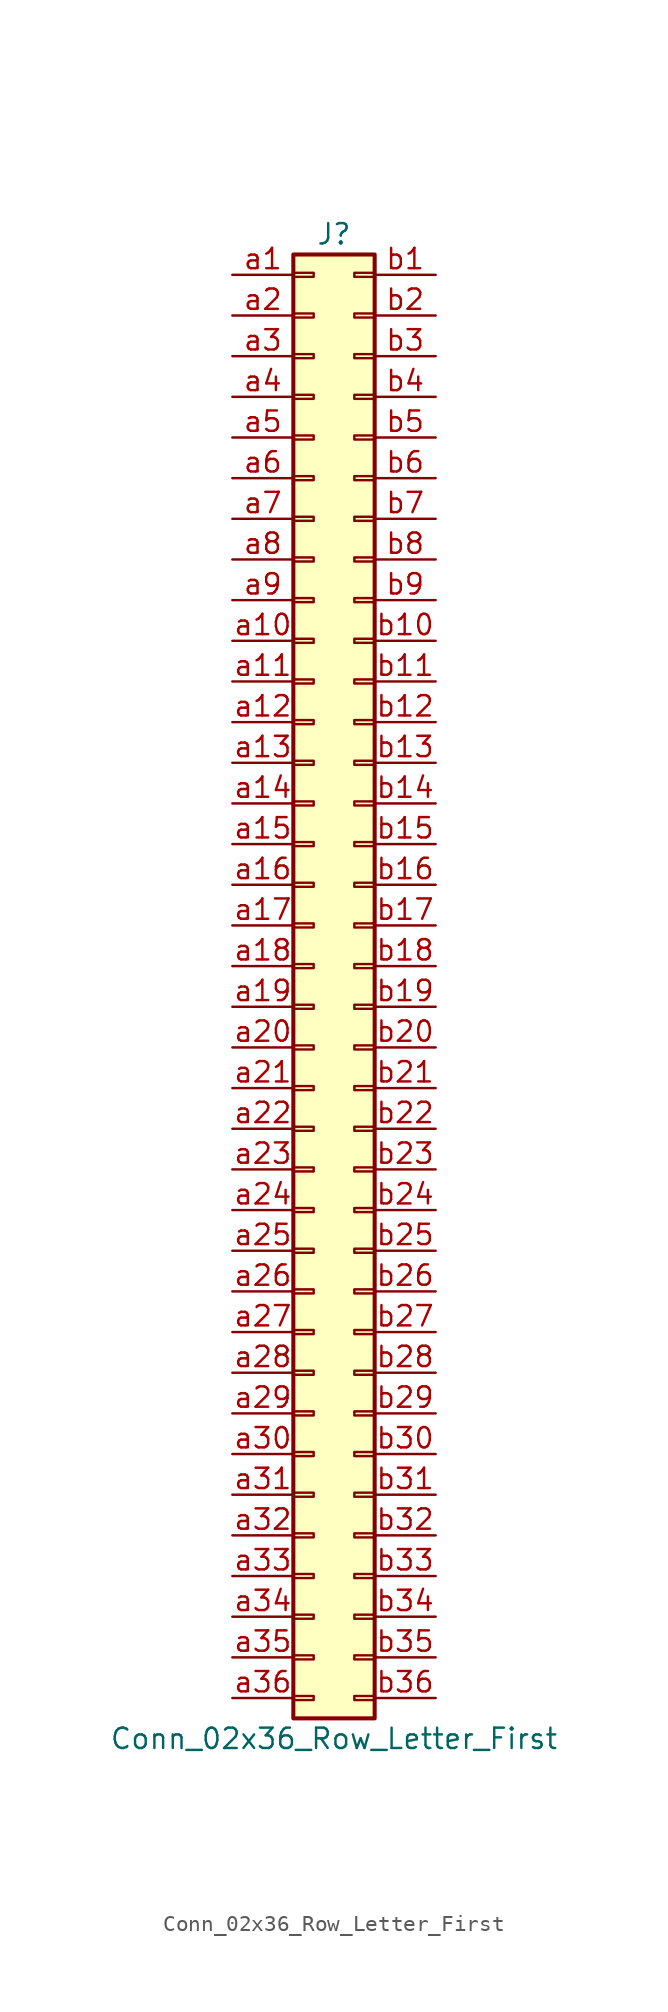
<source format=kicad_sym>
(kicad_symbol_lib
  (version 20220914)
  (generator kicad_symbol_editor)
  (symbol "Conn_02x36_Row_Letter_First"
    (pin_names
      (offset 1.016) hide)
    (property "Reference" "J"
      (at 1.27 45.72 0)
      (effects (font (size 1.27 1.27))))
    (property "Value" "Conn_02x36_Row_Letter_First"
      (at 1.27 -48.26 0)
      (effects (font (size 1.27 1.27))))
    (symbol "Conn_02x36_Row_Letter_First_1_1"
      (rectangle (start -1.27 -45.593) (end 0 -45.847) (stroke (width 0.152) (type solid)) (fill (type none)))
      (rectangle (start -1.27 -43.053) (end 0 -43.307) (stroke (width 0.152) (type solid)) (fill (type none)))
      (rectangle (start -1.27 -40.513) (end 0 -40.767) (stroke (width 0.152) (type solid)) (fill (type none)))
      (rectangle (start -1.27 -37.973) (end 0 -38.227) (stroke (width 0.152) (type solid)) (fill (type none)))
      (rectangle (start -1.27 -35.433) (end 0 -35.687) (stroke (width 0.152) (type solid)) (fill (type none)))
      (rectangle (start -1.27 -32.893) (end 0 -33.147) (stroke (width 0.152) (type solid)) (fill (type none)))
      (rectangle (start -1.27 -30.353) (end 0 -30.607) (stroke (width 0.152) (type solid)) (fill (type none)))
      (rectangle (start -1.27 -27.813) (end 0 -28.067) (stroke (width 0.152) (type solid)) (fill (type none)))
      (rectangle (start -1.27 -25.273) (end 0 -25.527) (stroke (width 0.152) (type solid)) (fill (type none)))
      (rectangle (start -1.27 -22.733) (end 0 -22.987) (stroke (width 0.152) (type solid)) (fill (type none)))
      (rectangle (start -1.27 -20.193) (end 0 -20.447) (stroke (width 0.152) (type solid)) (fill (type none)))
      (rectangle (start -1.27 -17.653) (end 0 -17.907) (stroke (width 0.152) (type solid)) (fill (type none)))
      (rectangle (start -1.27 -15.113) (end 0 -15.367) (stroke (width 0.152) (type solid)) (fill (type none)))
      (rectangle (start -1.27 -12.573) (end 0 -12.827) (stroke (width 0.152) (type solid)) (fill (type none)))
      (rectangle (start -1.27 -10.033) (end 0 -10.287) (stroke (width 0.152) (type solid)) (fill (type none)))
      (rectangle (start -1.27 -7.493) (end 0 -7.747) (stroke (width 0.152) (type solid)) (fill (type none)))
      (rectangle (start -1.27 -4.953) (end 0 -5.207) (stroke (width 0.152) (type solid)) (fill (type none)))
      (rectangle (start -1.27 -2.413) (end 0 -2.667) (stroke (width 0.152) (type solid)) (fill (type none)))
      (rectangle (start -1.27 0.127) (end 0 -0.127) (stroke (width 0.152) (type solid)) (fill (type none)))
      (rectangle (start -1.27 2.667) (end 0 2.413) (stroke (width 0.152) (type solid)) (fill (type none)))
      (rectangle (start -1.27 5.207) (end 0 4.953) (stroke (width 0.152) (type solid)) (fill (type none)))
      (rectangle (start -1.27 7.747) (end 0 7.493) (stroke (width 0.152) (type solid)) (fill (type none)))
      (rectangle (start -1.27 10.287) (end 0 10.033) (stroke (width 0.152) (type solid)) (fill (type none)))
      (rectangle (start -1.27 12.827) (end 0 12.573) (stroke (width 0.152) (type solid)) (fill (type none)))
      (rectangle (start -1.27 15.367) (end 0 15.113) (stroke (width 0.152) (type solid)) (fill (type none)))
      (rectangle (start -1.27 17.907) (end 0 17.653) (stroke (width 0.152) (type solid)) (fill (type none)))
      (rectangle (start -1.27 20.447) (end 0 20.193) (stroke (width 0.152) (type solid)) (fill (type none)))
      (rectangle (start -1.27 22.987) (end 0 22.733) (stroke (width 0.152) (type solid)) (fill (type none)))
      (rectangle (start -1.27 25.527) (end 0 25.273) (stroke (width 0.152) (type solid)) (fill (type none)))
      (rectangle (start -1.27 28.067) (end 0 27.813) (stroke (width 0.152) (type solid)) (fill (type none)))
      (rectangle (start -1.27 30.607) (end 0 30.353) (stroke (width 0.152) (type solid)) (fill (type none)))
      (rectangle (start -1.27 33.147) (end 0 32.893) (stroke (width 0.152) (type solid)) (fill (type none)))
      (rectangle (start -1.27 35.687) (end 0 35.433) (stroke (width 0.152) (type solid)) (fill (type none)))
      (rectangle (start -1.27 38.227) (end 0 37.973) (stroke (width 0.152) (type solid)) (fill (type none)))
      (rectangle (start -1.27 40.767) (end 0 40.513) (stroke (width 0.152) (type solid)) (fill (type none)))
      (rectangle (start -1.27 43.307) (end 0 43.053) (stroke (width 0.152) (type solid)) (fill (type none)))
      (rectangle (start -1.27 44.45) (end 3.81 -46.99) (stroke (width 0.254) (type solid)) (fill (type background)))
      (rectangle (start 3.81 -45.593) (end 2.54 -45.847) (stroke (width 0.152) (type solid)) (fill (type none)))
      (rectangle (start 3.81 -43.053) (end 2.54 -43.307) (stroke (width 0.152) (type solid)) (fill (type none)))
      (rectangle (start 3.81 -40.513) (end 2.54 -40.767) (stroke (width 0.152) (type solid)) (fill (type none)))
      (rectangle (start 3.81 -37.973) (end 2.54 -38.227) (stroke (width 0.152) (type solid)) (fill (type none)))
      (rectangle (start 3.81 -35.433) (end 2.54 -35.687) (stroke (width 0.152) (type solid)) (fill (type none)))
      (rectangle (start 3.81 -32.893) (end 2.54 -33.147) (stroke (width 0.152) (type solid)) (fill (type none)))
      (rectangle (start 3.81 -30.353) (end 2.54 -30.607) (stroke (width 0.152) (type solid)) (fill (type none)))
      (rectangle (start 3.81 -27.813) (end 2.54 -28.067) (stroke (width 0.152) (type solid)) (fill (type none)))
      (rectangle (start 3.81 -25.273) (end 2.54 -25.527) (stroke (width 0.152) (type solid)) (fill (type none)))
      (rectangle (start 3.81 -22.733) (end 2.54 -22.987) (stroke (width 0.152) (type solid)) (fill (type none)))
      (rectangle (start 3.81 -20.193) (end 2.54 -20.447) (stroke (width 0.152) (type solid)) (fill (type none)))
      (rectangle (start 3.81 -17.653) (end 2.54 -17.907) (stroke (width 0.152) (type solid)) (fill (type none)))
      (rectangle (start 3.81 -15.113) (end 2.54 -15.367) (stroke (width 0.152) (type solid)) (fill (type none)))
      (rectangle (start 3.81 -12.573) (end 2.54 -12.827) (stroke (width 0.152) (type solid)) (fill (type none)))
      (rectangle (start 3.81 -10.033) (end 2.54 -10.287) (stroke (width 0.152) (type solid)) (fill (type none)))
      (rectangle (start 3.81 -7.493) (end 2.54 -7.747) (stroke (width 0.152) (type solid)) (fill (type none)))
      (rectangle (start 3.81 -4.953) (end 2.54 -5.207) (stroke (width 0.152) (type solid)) (fill (type none)))
      (rectangle (start 3.81 -2.413) (end 2.54 -2.667) (stroke (width 0.152) (type solid)) (fill (type none)))
      (rectangle (start 3.81 0.127) (end 2.54 -0.127) (stroke (width 0.152) (type solid)) (fill (type none)))
      (rectangle (start 3.81 2.667) (end 2.54 2.413) (stroke (width 0.152) (type solid)) (fill (type none)))
      (rectangle (start 3.81 5.207) (end 2.54 4.953) (stroke (width 0.152) (type solid)) (fill (type none)))
      (rectangle (start 3.81 7.747) (end 2.54 7.493) (stroke (width 0.152) (type solid)) (fill (type none)))
      (rectangle (start 3.81 10.287) (end 2.54 10.033) (stroke (width 0.152) (type solid)) (fill (type none)))
      (rectangle (start 3.81 12.827) (end 2.54 12.573) (stroke (width 0.152) (type solid)) (fill (type none)))
      (rectangle (start 3.81 15.367) (end 2.54 15.113) (stroke (width 0.152) (type solid)) (fill (type none)))
      (rectangle (start 3.81 17.907) (end 2.54 17.653) (stroke (width 0.152) (type solid)) (fill (type none)))
      (rectangle (start 3.81 20.447) (end 2.54 20.193) (stroke (width 0.152) (type solid)) (fill (type none)))
      (rectangle (start 3.81 22.987) (end 2.54 22.733) (stroke (width 0.152) (type solid)) (fill (type none)))
      (rectangle (start 3.81 25.527) (end 2.54 25.273) (stroke (width 0.152) (type solid)) (fill (type none)))
      (rectangle (start 3.81 28.067) (end 2.54 27.813) (stroke (width 0.152) (type solid)) (fill (type none)))
      (rectangle (start 3.81 30.607) (end 2.54 30.353) (stroke (width 0.152) (type solid)) (fill (type none)))
      (rectangle (start 3.81 33.147) (end 2.54 32.893) (stroke (width 0.152) (type solid)) (fill (type none)))
      (rectangle (start 3.81 35.687) (end 2.54 35.433) (stroke (width 0.152) (type solid)) (fill (type none)))
      (rectangle (start 3.81 38.227) (end 2.54 37.973) (stroke (width 0.152) (type solid)) (fill (type none)))
      (rectangle (start 3.81 40.767) (end 2.54 40.513) (stroke (width 0.152) (type solid)) (fill (type none)))
      (rectangle (start 3.81 43.307) (end 2.54 43.053) (stroke (width 0.152) (type solid)) (fill (type none)))
      (pin passive line (at -5.08 43.18 0) (length 3.81) (name "Pin_a1" (effects (font (size 1.27 1.27)))) (number "a1" (effects (font (size 1.27 1.27)))))
      (pin passive line (at -5.08 20.32 0) (length 3.81) (name "Pin_a10" (effects (font (size 1.27 1.27)))) (number "a10" (effects (font (size 1.27 1.27)))))
      (pin passive line (at -5.08 17.78 0) (length 3.81) (name "Pin_a11" (effects (font (size 1.27 1.27)))) (number "a11" (effects (font (size 1.27 1.27)))))
      (pin passive line (at -5.08 15.24 0) (length 3.81) (name "Pin_a12" (effects (font (size 1.27 1.27)))) (number "a12" (effects (font (size 1.27 1.27)))))
      (pin passive line (at -5.08 12.7 0) (length 3.81) (name "Pin_a13" (effects (font (size 1.27 1.27)))) (number "a13" (effects (font (size 1.27 1.27)))))
      (pin passive line (at -5.08 10.16 0) (length 3.81) (name "Pin_a14" (effects (font (size 1.27 1.27)))) (number "a14" (effects (font (size 1.27 1.27)))))
      (pin passive line (at -5.08 7.62 0) (length 3.81) (name "Pin_a15" (effects (font (size 1.27 1.27)))) (number "a15" (effects (font (size 1.27 1.27)))))
      (pin passive line (at -5.08 5.08 0) (length 3.81) (name "Pin_a16" (effects (font (size 1.27 1.27)))) (number "a16" (effects (font (size 1.27 1.27)))))
      (pin passive line (at -5.08 2.54 0) (length 3.81) (name "Pin_a17" (effects (font (size 1.27 1.27)))) (number "a17" (effects (font (size 1.27 1.27)))))
      (pin passive line (at -5.08 0 0) (length 3.81) (name "Pin_a18" (effects (font (size 1.27 1.27)))) (number "a18" (effects (font (size 1.27 1.27)))))
      (pin passive line (at -5.08 -2.54 0) (length 3.81) (name "Pin_a19" (effects (font (size 1.27 1.27)))) (number "a19" (effects (font (size 1.27 1.27)))))
      (pin passive line (at -5.08 40.64 0) (length 3.81) (name "Pin_a2" (effects (font (size 1.27 1.27)))) (number "a2" (effects (font (size 1.27 1.27)))))
      (pin passive line (at -5.08 -5.08 0) (length 3.81) (name "Pin_a20" (effects (font (size 1.27 1.27)))) (number "a20" (effects (font (size 1.27 1.27)))))
      (pin passive line (at -5.08 -7.62 0) (length 3.81) (name "Pin_a21" (effects (font (size 1.27 1.27)))) (number "a21" (effects (font (size 1.27 1.27)))))
      (pin passive line (at -5.08 -10.16 0) (length 3.81) (name "Pin_a22" (effects (font (size 1.27 1.27)))) (number "a22" (effects (font (size 1.27 1.27)))))
      (pin passive line (at -5.08 -12.7 0) (length 3.81) (name "Pin_a23" (effects (font (size 1.27 1.27)))) (number "a23" (effects (font (size 1.27 1.27)))))
      (pin passive line (at -5.08 -15.24 0) (length 3.81) (name "Pin_a24" (effects (font (size 1.27 1.27)))) (number "a24" (effects (font (size 1.27 1.27)))))
      (pin passive line (at -5.08 -17.78 0) (length 3.81) (name "Pin_a25" (effects (font (size 1.27 1.27)))) (number "a25" (effects (font (size 1.27 1.27)))))
      (pin passive line (at -5.08 -20.32 0) (length 3.81) (name "Pin_a26" (effects (font (size 1.27 1.27)))) (number "a26" (effects (font (size 1.27 1.27)))))
      (pin passive line (at -5.08 -22.86 0) (length 3.81) (name "Pin_a27" (effects (font (size 1.27 1.27)))) (number "a27" (effects (font (size 1.27 1.27)))))
      (pin passive line (at -5.08 -25.4 0) (length 3.81) (name "Pin_a28" (effects (font (size 1.27 1.27)))) (number "a28" (effects (font (size 1.27 1.27)))))
      (pin passive line (at -5.08 -27.94 0) (length 3.81) (name "Pin_a29" (effects (font (size 1.27 1.27)))) (number "a29" (effects (font (size 1.27 1.27)))))
      (pin passive line (at -5.08 38.1 0) (length 3.81) (name "Pin_a3" (effects (font (size 1.27 1.27)))) (number "a3" (effects (font (size 1.27 1.27)))))
      (pin passive line (at -5.08 -30.48 0) (length 3.81) (name "Pin_a30" (effects (font (size 1.27 1.27)))) (number "a30" (effects (font (size 1.27 1.27)))))
      (pin passive line (at -5.08 -33.02 0) (length 3.81) (name "Pin_a31" (effects (font (size 1.27 1.27)))) (number "a31" (effects (font (size 1.27 1.27)))))
      (pin passive line (at -5.08 -35.56 0) (length 3.81) (name "Pin_a32" (effects (font (size 1.27 1.27)))) (number "a32" (effects (font (size 1.27 1.27)))))
      (pin passive line (at -5.08 -38.1 0) (length 3.81) (name "Pin_a33" (effects (font (size 1.27 1.27)))) (number "a33" (effects (font (size 1.27 1.27)))))
      (pin passive line (at -5.08 -40.64 0) (length 3.81) (name "Pin_a34" (effects (font (size 1.27 1.27)))) (number "a34" (effects (font (size 1.27 1.27)))))
      (pin passive line (at -5.08 -43.18 0) (length 3.81) (name "Pin_a35" (effects (font (size 1.27 1.27)))) (number "a35" (effects (font (size 1.27 1.27)))))
      (pin passive line (at -5.08 -45.72 0) (length 3.81) (name "Pin_a36" (effects (font (size 1.27 1.27)))) (number "a36" (effects (font (size 1.27 1.27)))))
      (pin passive line (at -5.08 35.56 0) (length 3.81) (name "Pin_a4" (effects (font (size 1.27 1.27)))) (number "a4" (effects (font (size 1.27 1.27)))))
      (pin passive line (at -5.08 33.02 0) (length 3.81) (name "Pin_a5" (effects (font (size 1.27 1.27)))) (number "a5" (effects (font (size 1.27 1.27)))))
      (pin passive line (at -5.08 30.48 0) (length 3.81) (name "Pin_a6" (effects (font (size 1.27 1.27)))) (number "a6" (effects (font (size 1.27 1.27)))))
      (pin passive line (at -5.08 27.94 0) (length 3.81) (name "Pin_a7" (effects (font (size 1.27 1.27)))) (number "a7" (effects (font (size 1.27 1.27)))))
      (pin passive line (at -5.08 25.4 0) (length 3.81) (name "Pin_a8" (effects (font (size 1.27 1.27)))) (number "a8" (effects (font (size 1.27 1.27)))))
      (pin passive line (at -5.08 22.86 0) (length 3.81) (name "Pin_a9" (effects (font (size 1.27 1.27)))) (number "a9" (effects (font (size 1.27 1.27)))))
      (pin passive line (at 7.62 43.18 180) (length 3.81) (name "Pin_b1" (effects (font (size 1.27 1.27)))) (number "b1" (effects (font (size 1.27 1.27)))))
      (pin passive line (at 7.62 20.32 180) (length 3.81) (name "Pin_b10" (effects (font (size 1.27 1.27)))) (number "b10" (effects (font (size 1.27 1.27)))))
      (pin passive line (at 7.62 17.78 180) (length 3.81) (name "Pin_b11" (effects (font (size 1.27 1.27)))) (number "b11" (effects (font (size 1.27 1.27)))))
      (pin passive line (at 7.62 15.24 180) (length 3.81) (name "Pin_b12" (effects (font (size 1.27 1.27)))) (number "b12" (effects (font (size 1.27 1.27)))))
      (pin passive line (at 7.62 12.7 180) (length 3.81) (name "Pin_b13" (effects (font (size 1.27 1.27)))) (number "b13" (effects (font (size 1.27 1.27)))))
      (pin passive line (at 7.62 10.16 180) (length 3.81) (name "Pin_b14" (effects (font (size 1.27 1.27)))) (number "b14" (effects (font (size 1.27 1.27)))))
      (pin passive line (at 7.62 7.62 180) (length 3.81) (name "Pin_b15" (effects (font (size 1.27 1.27)))) (number "b15" (effects (font (size 1.27 1.27)))))
      (pin passive line (at 7.62 5.08 180) (length 3.81) (name "Pin_b16" (effects (font (size 1.27 1.27)))) (number "b16" (effects (font (size 1.27 1.27)))))
      (pin passive line (at 7.62 2.54 180) (length 3.81) (name "Pin_b17" (effects (font (size 1.27 1.27)))) (number "b17" (effects (font (size 1.27 1.27)))))
      (pin passive line (at 7.62 0 180) (length 3.81) (name "Pin_b18" (effects (font (size 1.27 1.27)))) (number "b18" (effects (font (size 1.27 1.27)))))
      (pin passive line (at 7.62 -2.54 180) (length 3.81) (name "Pin_b19" (effects (font (size 1.27 1.27)))) (number "b19" (effects (font (size 1.27 1.27)))))
      (pin passive line (at 7.62 40.64 180) (length 3.81) (name "Pin_b2" (effects (font (size 1.27 1.27)))) (number "b2" (effects (font (size 1.27 1.27)))))
      (pin passive line (at 7.62 -5.08 180) (length 3.81) (name "Pin_b20" (effects (font (size 1.27 1.27)))) (number "b20" (effects (font (size 1.27 1.27)))))
      (pin passive line (at 7.62 -7.62 180) (length 3.81) (name "Pin_b21" (effects (font (size 1.27 1.27)))) (number "b21" (effects (font (size 1.27 1.27)))))
      (pin passive line (at 7.62 -10.16 180) (length 3.81) (name "Pin_b22" (effects (font (size 1.27 1.27)))) (number "b22" (effects (font (size 1.27 1.27)))))
      (pin passive line (at 7.62 -12.7 180) (length 3.81) (name "Pin_b23" (effects (font (size 1.27 1.27)))) (number "b23" (effects (font (size 1.27 1.27)))))
      (pin passive line (at 7.62 -15.24 180) (length 3.81) (name "Pin_b24" (effects (font (size 1.27 1.27)))) (number "b24" (effects (font (size 1.27 1.27)))))
      (pin passive line (at 7.62 -17.78 180) (length 3.81) (name "Pin_b25" (effects (font (size 1.27 1.27)))) (number "b25" (effects (font (size 1.27 1.27)))))
      (pin passive line (at 7.62 -20.32 180) (length 3.81) (name "Pin_b26" (effects (font (size 1.27 1.27)))) (number "b26" (effects (font (size 1.27 1.27)))))
      (pin passive line (at 7.62 -22.86 180) (length 3.81) (name "Pin_b27" (effects (font (size 1.27 1.27)))) (number "b27" (effects (font (size 1.27 1.27)))))
      (pin passive line (at 7.62 -25.4 180) (length 3.81) (name "Pin_b28" (effects (font (size 1.27 1.27)))) (number "b28" (effects (font (size 1.27 1.27)))))
      (pin passive line (at 7.62 -27.94 180) (length 3.81) (name "Pin_b29" (effects (font (size 1.27 1.27)))) (number "b29" (effects (font (size 1.27 1.27)))))
      (pin passive line (at 7.62 38.1 180) (length 3.81) (name "Pin_b3" (effects (font (size 1.27 1.27)))) (number "b3" (effects (font (size 1.27 1.27)))))
      (pin passive line (at 7.62 -30.48 180) (length 3.81) (name "Pin_b30" (effects (font (size 1.27 1.27)))) (number "b30" (effects (font (size 1.27 1.27)))))
      (pin passive line (at 7.62 -33.02 180) (length 3.81) (name "Pin_b31" (effects (font (size 1.27 1.27)))) (number "b31" (effects (font (size 1.27 1.27)))))
      (pin passive line (at 7.62 -35.56 180) (length 3.81) (name "Pin_b32" (effects (font (size 1.27 1.27)))) (number "b32" (effects (font (size 1.27 1.27)))))
      (pin passive line (at 7.62 -38.1 180) (length 3.81) (name "Pin_b33" (effects (font (size 1.27 1.27)))) (number "b33" (effects (font (size 1.27 1.27)))))
      (pin passive line (at 7.62 -40.64 180) (length 3.81) (name "Pin_b34" (effects (font (size 1.27 1.27)))) (number "b34" (effects (font (size 1.27 1.27)))))
      (pin passive line (at 7.62 -43.18 180) (length 3.81) (name "Pin_b35" (effects (font (size 1.27 1.27)))) (number "b35" (effects (font (size 1.27 1.27)))))
      (pin passive line (at 7.62 -45.72 180) (length 3.81) (name "Pin_b36" (effects (font (size 1.27 1.27)))) (number "b36" (effects (font (size 1.27 1.27)))))
      (pin passive line (at 7.62 35.56 180) (length 3.81) (name "Pin_b4" (effects (font (size 1.27 1.27)))) (number "b4" (effects (font (size 1.27 1.27)))))
      (pin passive line (at 7.62 33.02 180) (length 3.81) (name "Pin_b5" (effects (font (size 1.27 1.27)))) (number "b5" (effects (font (size 1.27 1.27)))))
      (pin passive line (at 7.62 30.48 180) (length 3.81) (name "Pin_b6" (effects (font (size 1.27 1.27)))) (number "b6" (effects (font (size 1.27 1.27)))))
      (pin passive line (at 7.62 27.94 180) (length 3.81) (name "Pin_b7" (effects (font (size 1.27 1.27)))) (number "b7" (effects (font (size 1.27 1.27)))))
      (pin passive line (at 7.62 25.4 180) (length 3.81) (name "Pin_b8" (effects (font (size 1.27 1.27)))) (number "b8" (effects (font (size 1.27 1.27)))))
      (pin passive line (at 7.62 22.86 180) (length 3.81) (name "Pin_b9" (effects (font (size 1.27 1.27)))) (number "b9" (effects (font (size 1.27 1.27))))))))
</source>
